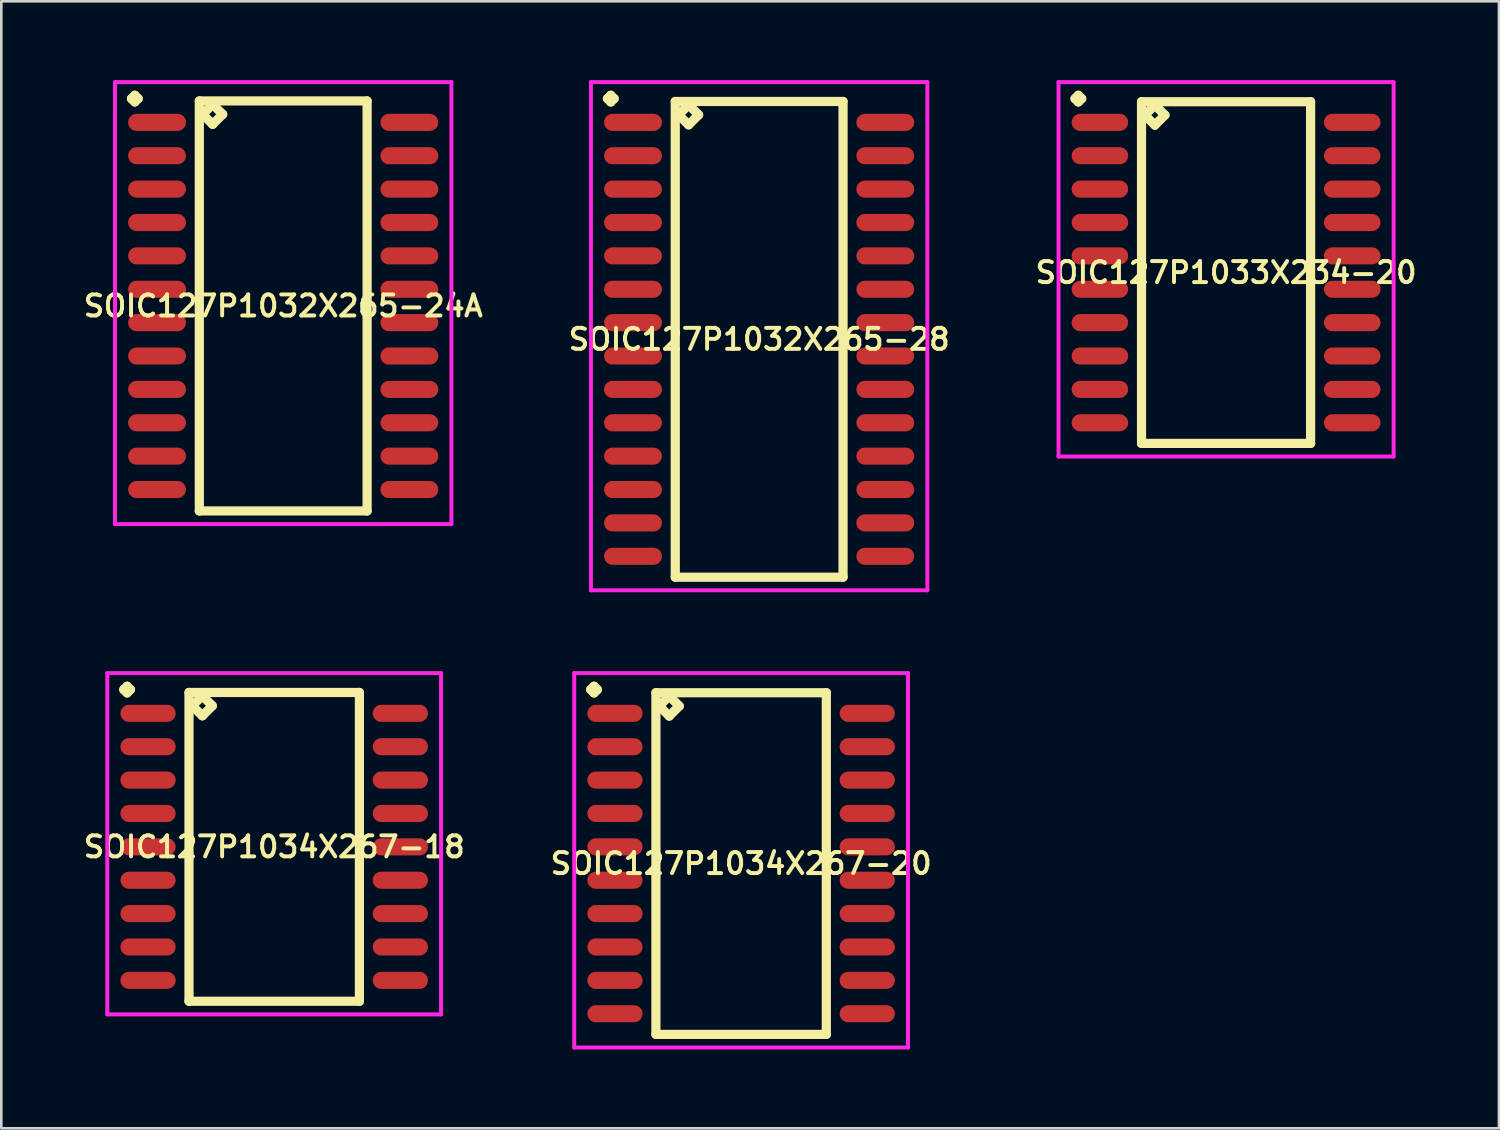
<source format=kicad_pcb>
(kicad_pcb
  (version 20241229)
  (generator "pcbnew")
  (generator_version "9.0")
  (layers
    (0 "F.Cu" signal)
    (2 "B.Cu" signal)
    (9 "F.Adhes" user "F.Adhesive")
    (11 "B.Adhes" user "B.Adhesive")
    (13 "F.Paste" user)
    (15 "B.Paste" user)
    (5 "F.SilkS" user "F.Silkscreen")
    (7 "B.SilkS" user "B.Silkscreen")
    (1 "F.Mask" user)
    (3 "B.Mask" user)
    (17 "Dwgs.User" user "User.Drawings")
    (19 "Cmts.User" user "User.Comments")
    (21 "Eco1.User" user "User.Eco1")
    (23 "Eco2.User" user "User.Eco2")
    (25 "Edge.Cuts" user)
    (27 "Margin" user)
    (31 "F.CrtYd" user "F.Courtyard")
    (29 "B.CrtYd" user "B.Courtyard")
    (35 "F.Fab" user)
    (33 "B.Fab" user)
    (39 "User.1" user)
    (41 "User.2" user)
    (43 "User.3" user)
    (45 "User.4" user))
  (footprint "SOIC127P1033X234-20"
    (layer "F.Cu")
    (at 43.601 7.321)
    (property "Reference" "SOIC127P1033X234-20" (at 0 0 0) (layer "F.SilkS") (effects (font (size 0.8 0.8) (thickness 0.15))))
    (attr through_hole)
    (fp_line (start -5.748 -6.619) (end -5.621 -6.746) (stroke (width 0.35) (type solid)) (layer "F.SilkS"))
    (fp_line (start -5.621 -6.746) (end -5.494 -6.619) (stroke (width 0.35) (type solid)) (layer "F.SilkS"))
    (fp_line (start -5.621 -6.492) (end -5.748 -6.619) (stroke (width 0.35) (type solid)) (layer "F.SilkS"))
    (fp_line (start -5.494 -6.619) (end -5.621 -6.492) (stroke (width 0.35) (type solid)) (layer "F.SilkS"))
    (fp_line (start -3.217 -6.5) (end -3.217 6.5) (stroke (width 0.35) (type solid)) (layer "F.SilkS"))
    (fp_line (start -3.217 6.5) (end 3.217 6.5) (stroke (width 0.35) (type solid)) (layer "F.SilkS"))
    (fp_line (start -3.09 -5.992) (end -2.709 -6.373) (stroke (width 0.35) (type solid)) (layer "F.SilkS"))
    (fp_line (start -2.709 -6.373) (end -2.328 -5.992) (stroke (width 0.35) (type solid)) (layer "F.SilkS"))
    (fp_line (start -2.709 -5.611) (end -3.09 -5.992) (stroke (width 0.35) (type solid)) (layer "F.SilkS"))
    (fp_line (start -2.328 -5.992) (end -2.709 -5.611) (stroke (width 0.35) (type solid)) (layer "F.SilkS"))
    (fp_line (start 3.217 -6.5) (end -3.217 -6.5) (stroke (width 0.35) (type solid)) (layer "F.SilkS"))
    (fp_line (start 3.217 6.5) (end 3.217 -6.5) (stroke (width 0.35) (type solid)) (layer "F.SilkS"))
    (fp_line (start -6.375 -7.246) (end 6.375 -7.246) (stroke (width 0.15) (type solid)) (layer "F.CrtYd"))
    (fp_line (start -6.375 7) (end -6.375 -7.246) (stroke (width 0.15) (type solid)) (layer "F.CrtYd"))
    (fp_line (start 6.375 -7.246) (end 6.375 7) (stroke (width 0.15) (type solid)) (layer "F.CrtYd"))
    (fp_line (start 6.375 7) (end -6.375 7) (stroke (width 0.15) (type solid)) (layer "F.CrtYd"))
    (pad "1" smd oval (at -4.8 -5.715) (size 2.15 0.65) (layers "F.Cu" "F.Mask" "F.Paste"))
    (pad "2" smd oval (at -4.8 -4.445) (size 2.15 0.65) (layers "F.Cu" "F.Mask" "F.Paste"))
    (pad "3" smd oval (at -4.8 -3.175) (size 2.15 0.65) (layers "F.Cu" "F.Mask" "F.Paste"))
    (pad "4" smd oval (at -4.8 -1.905) (size 2.15 0.65) (layers "F.Cu" "F.Mask" "F.Paste"))
    (pad "5" smd oval (at -4.8 -0.635) (size 2.15 0.65) (layers "F.Cu" "F.Mask" "F.Paste"))
    (pad "6" smd oval (at -4.8 0.635) (size 2.15 0.65) (layers "F.Cu" "F.Mask" "F.Paste"))
    (pad "7" smd oval (at -4.8 1.905) (size 2.15 0.65) (layers "F.Cu" "F.Mask" "F.Paste"))
    (pad "8" smd oval (at -4.8 3.175) (size 2.15 0.65) (layers "F.Cu" "F.Mask" "F.Paste"))
    (pad "9" smd oval (at -4.8 4.445) (size 2.15 0.65) (layers "F.Cu" "F.Mask" "F.Paste"))
    (pad "10" smd oval (at -4.8 5.715) (size 2.15 0.65) (layers "F.Cu" "F.Mask" "F.Paste"))
    (pad "11" smd oval (at 4.8 5.715) (size 2.15 0.65) (layers "F.Cu" "F.Mask" "F.Paste"))
    (pad "12" smd oval (at 4.8 4.445) (size 2.15 0.65) (layers "F.Cu" "F.Mask" "F.Paste"))
    (pad "13" smd oval (at 4.8 3.175) (size 2.15 0.65) (layers "F.Cu" "F.Mask" "F.Paste"))
    (pad "14" smd oval (at 4.8 1.905) (size 2.15 0.65) (layers "F.Cu" "F.Mask" "F.Paste"))
    (pad "15" smd oval (at 4.8 0.635) (size 2.15 0.65) (layers "F.Cu" "F.Mask" "F.Paste"))
    (pad "16" smd oval (at 4.8 -0.635) (size 2.15 0.65) (layers "F.Cu" "F.Mask" "F.Paste"))
    (pad "17" smd oval (at 4.8 -1.905) (size 2.15 0.65) (layers "F.Cu" "F.Mask" "F.Paste"))
    (pad "18" smd oval (at 4.8 -3.175) (size 2.15 0.65) (layers "F.Cu" "F.Mask" "F.Paste"))
    (pad "19" smd oval (at 4.8 -4.445) (size 2.15 0.65) (layers "F.Cu" "F.Mask" "F.Paste"))
    (pad "20" smd oval (at 4.8 -5.715) (size 2.15 0.65) (layers "F.Cu" "F.Mask" "F.Paste")))
  (footprint "SOIC127P1034X267-18"
    (layer "F.Cu")
    (at 7.383 29.172)
    (property "Reference" "SOIC127P1034X267-18" (at 0 0 0) (layer "F.SilkS") (effects (font (size 0.8 0.8) (thickness 0.15))))
    (attr through_hole)
    (fp_line (start -5.723 -5.984) (end -5.596 -6.111) (stroke (width 0.35) (type solid)) (layer "F.SilkS"))
    (fp_line (start -5.596 -6.111) (end -5.469 -5.984) (stroke (width 0.35) (type solid)) (layer "F.SilkS"))
    (fp_line (start -5.596 -5.857) (end -5.723 -5.984) (stroke (width 0.35) (type solid)) (layer "F.SilkS"))
    (fp_line (start -5.469 -5.984) (end -5.596 -5.857) (stroke (width 0.35) (type solid)) (layer "F.SilkS"))
    (fp_line (start -3.242 -5.875) (end -3.242 5.875) (stroke (width 0.35) (type solid)) (layer "F.SilkS"))
    (fp_line (start -3.242 5.875) (end 3.242 5.875) (stroke (width 0.35) (type solid)) (layer "F.SilkS"))
    (fp_line (start -3.115 -5.367) (end -2.734 -5.748) (stroke (width 0.35) (type solid)) (layer "F.SilkS"))
    (fp_line (start -2.734 -5.748) (end -2.353 -5.367) (stroke (width 0.35) (type solid)) (layer "F.SilkS"))
    (fp_line (start -2.734 -4.986) (end -3.115 -5.367) (stroke (width 0.35) (type solid)) (layer "F.SilkS"))
    (fp_line (start -2.353 -5.367) (end -2.734 -4.986) (stroke (width 0.35) (type solid)) (layer "F.SilkS"))
    (fp_line (start 3.242 -5.875) (end -3.242 -5.875) (stroke (width 0.35) (type solid)) (layer "F.SilkS"))
    (fp_line (start 3.242 5.875) (end 3.242 -5.875) (stroke (width 0.35) (type solid)) (layer "F.SilkS"))
    (fp_line (start -6.35 -6.611) (end 6.35 -6.611) (stroke (width 0.15) (type solid)) (layer "F.CrtYd"))
    (fp_line (start -6.35 6.375) (end -6.35 -6.611) (stroke (width 0.15) (type solid)) (layer "F.CrtYd"))
    (fp_line (start 6.35 -6.611) (end 6.35 6.375) (stroke (width 0.15) (type solid)) (layer "F.CrtYd"))
    (fp_line (start 6.35 6.375) (end -6.35 6.375) (stroke (width 0.15) (type solid)) (layer "F.CrtYd"))
    (pad "1" smd oval (at -4.8 -5.08) (size 2.1 0.65) (layers "F.Cu" "F.Mask" "F.Paste"))
    (pad "2" smd oval (at -4.8 -3.81) (size 2.1 0.65) (layers "F.Cu" "F.Mask" "F.Paste"))
    (pad "3" smd oval (at -4.8 -2.54) (size 2.1 0.65) (layers "F.Cu" "F.Mask" "F.Paste"))
    (pad "4" smd oval (at -4.8 -1.27) (size 2.1 0.65) (layers "F.Cu" "F.Mask" "F.Paste"))
    (pad "5" smd oval (at -4.8 0) (size 2.1 0.65) (layers "F.Cu" "F.Mask" "F.Paste"))
    (pad "6" smd oval (at -4.8 1.27) (size 2.1 0.65) (layers "F.Cu" "F.Mask" "F.Paste"))
    (pad "7" smd oval (at -4.8 2.54) (size 2.1 0.65) (layers "F.Cu" "F.Mask" "F.Paste"))
    (pad "8" smd oval (at -4.8 3.81) (size 2.1 0.65) (layers "F.Cu" "F.Mask" "F.Paste"))
    (pad "9" smd oval (at -4.8 5.08) (size 2.1 0.65) (layers "F.Cu" "F.Mask" "F.Paste"))
    (pad "10" smd oval (at 4.8 5.08) (size 2.1 0.65) (layers "F.Cu" "F.Mask" "F.Paste"))
    (pad "11" smd oval (at 4.8 3.81) (size 2.1 0.65) (layers "F.Cu" "F.Mask" "F.Paste"))
    (pad "12" smd oval (at 4.8 2.54) (size 2.1 0.65) (layers "F.Cu" "F.Mask" "F.Paste"))
    (pad "13" smd oval (at 4.8 1.27) (size 2.1 0.65) (layers "F.Cu" "F.Mask" "F.Paste"))
    (pad "14" smd oval (at 4.8 0) (size 2.1 0.65) (layers "F.Cu" "F.Mask" "F.Paste"))
    (pad "15" smd oval (at 4.8 -1.27) (size 2.1 0.65) (layers "F.Cu" "F.Mask" "F.Paste"))
    (pad "16" smd oval (at 4.8 -2.54) (size 2.1 0.65) (layers "F.Cu" "F.Mask" "F.Paste"))
    (pad "17" smd oval (at 4.8 -3.81) (size 2.1 0.65) (layers "F.Cu" "F.Mask" "F.Paste"))
    (pad "18" smd oval (at 4.8 -5.08) (size 2.1 0.65) (layers "F.Cu" "F.Mask" "F.Paste")))
  (footprint "SOIC127P1034X267-20"
    (layer "F.Cu")
    (at 25.149 29.807)
    (property "Reference" "SOIC127P1034X267-20" (at 0 0 0) (layer "F.SilkS") (effects (font (size 0.8 0.8) (thickness 0.15))))
    (attr through_hole)
    (fp_line (start -5.723 -6.619) (end -5.596 -6.746) (stroke (width 0.35) (type solid)) (layer "F.SilkS"))
    (fp_line (start -5.596 -6.746) (end -5.469 -6.619) (stroke (width 0.35) (type solid)) (layer "F.SilkS"))
    (fp_line (start -5.596 -6.492) (end -5.723 -6.619) (stroke (width 0.35) (type solid)) (layer "F.SilkS"))
    (fp_line (start -5.469 -6.619) (end -5.596 -6.492) (stroke (width 0.35) (type solid)) (layer "F.SilkS"))
    (fp_line (start -3.242 -6.5) (end -3.242 6.5) (stroke (width 0.35) (type solid)) (layer "F.SilkS"))
    (fp_line (start -3.242 6.5) (end 3.242 6.5) (stroke (width 0.35) (type solid)) (layer "F.SilkS"))
    (fp_line (start -3.115 -5.992) (end -2.734 -6.373) (stroke (width 0.35) (type solid)) (layer "F.SilkS"))
    (fp_line (start -2.734 -6.373) (end -2.353 -5.992) (stroke (width 0.35) (type solid)) (layer "F.SilkS"))
    (fp_line (start -2.734 -5.611) (end -3.115 -5.992) (stroke (width 0.35) (type solid)) (layer "F.SilkS"))
    (fp_line (start -2.353 -5.992) (end -2.734 -5.611) (stroke (width 0.35) (type solid)) (layer "F.SilkS"))
    (fp_line (start 3.242 -6.5) (end -3.242 -6.5) (stroke (width 0.35) (type solid)) (layer "F.SilkS"))
    (fp_line (start 3.242 6.5) (end 3.242 -6.5) (stroke (width 0.35) (type solid)) (layer "F.SilkS"))
    (fp_line (start -6.35 -7.246) (end 6.35 -7.246) (stroke (width 0.15) (type solid)) (layer "F.CrtYd"))
    (fp_line (start -6.35 7) (end -6.35 -7.246) (stroke (width 0.15) (type solid)) (layer "F.CrtYd"))
    (fp_line (start 6.35 -7.246) (end 6.35 7) (stroke (width 0.15) (type solid)) (layer "F.CrtYd"))
    (fp_line (start 6.35 7) (end -6.35 7) (stroke (width 0.15) (type solid)) (layer "F.CrtYd"))
    (pad "1" smd oval (at -4.8 -5.715) (size 2.1 0.65) (layers "F.Cu" "F.Mask" "F.Paste"))
    (pad "2" smd oval (at -4.8 -4.445) (size 2.1 0.65) (layers "F.Cu" "F.Mask" "F.Paste"))
    (pad "3" smd oval (at -4.8 -3.175) (size 2.1 0.65) (layers "F.Cu" "F.Mask" "F.Paste"))
    (pad "4" smd oval (at -4.8 -1.905) (size 2.1 0.65) (layers "F.Cu" "F.Mask" "F.Paste"))
    (pad "5" smd oval (at -4.8 -0.635) (size 2.1 0.65) (layers "F.Cu" "F.Mask" "F.Paste"))
    (pad "6" smd oval (at -4.8 0.635) (size 2.1 0.65) (layers "F.Cu" "F.Mask" "F.Paste"))
    (pad "7" smd oval (at -4.8 1.905) (size 2.1 0.65) (layers "F.Cu" "F.Mask" "F.Paste"))
    (pad "8" smd oval (at -4.8 3.175) (size 2.1 0.65) (layers "F.Cu" "F.Mask" "F.Paste"))
    (pad "9" smd oval (at -4.8 4.445) (size 2.1 0.65) (layers "F.Cu" "F.Mask" "F.Paste"))
    (pad "10" smd oval (at -4.8 5.715) (size 2.1 0.65) (layers "F.Cu" "F.Mask" "F.Paste"))
    (pad "11" smd oval (at 4.8 5.715) (size 2.1 0.65) (layers "F.Cu" "F.Mask" "F.Paste"))
    (pad "12" smd oval (at 4.8 4.445) (size 2.1 0.65) (layers "F.Cu" "F.Mask" "F.Paste"))
    (pad "13" smd oval (at 4.8 3.175) (size 2.1 0.65) (layers "F.Cu" "F.Mask" "F.Paste"))
    (pad "14" smd oval (at 4.8 1.905) (size 2.1 0.65) (layers "F.Cu" "F.Mask" "F.Paste"))
    (pad "15" smd oval (at 4.8 0.635) (size 2.1 0.65) (layers "F.Cu" "F.Mask" "F.Paste"))
    (pad "16" smd oval (at 4.8 -0.635) (size 2.1 0.65) (layers "F.Cu" "F.Mask" "F.Paste"))
    (pad "17" smd oval (at 4.8 -1.905) (size 2.1 0.65) (layers "F.Cu" "F.Mask" "F.Paste"))
    (pad "18" smd oval (at 4.8 -3.175) (size 2.1 0.65) (layers "F.Cu" "F.Mask" "F.Paste"))
    (pad "19" smd oval (at 4.8 -4.445) (size 2.1 0.65) (layers "F.Cu" "F.Mask" "F.Paste"))
    (pad "20" smd oval (at 4.8 -5.715) (size 2.1 0.65) (layers "F.Cu" "F.Mask" "F.Paste")))
  (footprint "SOIC127P1032X265-24A"
    (layer "F.Cu")
    (at 7.726 8.591)
    (property "Reference" "SOIC127P1032X265-24A" (at 0 0 0) (layer "F.SilkS") (effects (font (size 0.8 0.8) (thickness 0.15))))
    (attr smd)
    (fp_line (start -5.773 -7.889) (end -5.646 -8.016) (stroke (width 0.35) (type solid)) (layer "F.SilkS"))
    (fp_line (start -5.646 -8.016) (end -5.519 -7.889) (stroke (width 0.35) (type solid)) (layer "F.SilkS"))
    (fp_line (start -5.646 -7.762) (end -5.773 -7.889) (stroke (width 0.35) (type solid)) (layer "F.SilkS"))
    (fp_line (start -5.519 -7.889) (end -5.646 -7.762) (stroke (width 0.35) (type solid)) (layer "F.SilkS"))
    (fp_line (start -3.192 -7.8) (end -3.192 7.8) (stroke (width 0.35) (type solid)) (layer "F.SilkS"))
    (fp_line (start -3.192 7.8) (end 3.192 7.8) (stroke (width 0.35) (type solid)) (layer "F.SilkS"))
    (fp_line (start -3.065 -7.292) (end -2.684 -7.673) (stroke (width 0.35) (type solid)) (layer "F.SilkS"))
    (fp_line (start -2.684 -7.673) (end -2.303 -7.292) (stroke (width 0.35) (type solid)) (layer "F.SilkS"))
    (fp_line (start -2.684 -6.911) (end -3.065 -7.292) (stroke (width 0.35) (type solid)) (layer "F.SilkS"))
    (fp_line (start -2.303 -7.292) (end -2.684 -6.911) (stroke (width 0.35) (type solid)) (layer "F.SilkS"))
    (fp_line (start 3.192 -7.8) (end -3.192 -7.8) (stroke (width 0.35) (type solid)) (layer "F.SilkS"))
    (fp_line (start 3.192 7.8) (end 3.192 -7.8) (stroke (width 0.35) (type solid)) (layer "F.SilkS"))
    (fp_line (start -6.4 -8.516) (end 6.4 -8.516) (stroke (width 0.15) (type solid)) (layer "F.CrtYd"))
    (fp_line (start -6.4 8.3) (end -6.4 -8.516) (stroke (width 0.15) (type solid)) (layer "F.CrtYd"))
    (fp_line (start 6.4 -8.516) (end 6.4 8.3) (stroke (width 0.15) (type solid)) (layer "F.CrtYd"))
    (fp_line (start 6.4 8.3) (end -6.4 8.3) (stroke (width 0.15) (type solid)) (layer "F.CrtYd"))
    (pad "1" smd oval (at -4.8 -6.985) (size 2.2 0.65) (layers "F.Cu" "F.Mask" "F.Paste"))
    (pad "2" smd oval (at -4.8 -5.715) (size 2.2 0.65) (layers "F.Cu" "F.Mask" "F.Paste"))
    (pad "3" smd oval (at -4.8 -4.445) (size 2.2 0.65) (layers "F.Cu" "F.Mask" "F.Paste"))
    (pad "4" smd oval (at -4.8 -3.175) (size 2.2 0.65) (layers "F.Cu" "F.Mask" "F.Paste"))
    (pad "5" smd oval (at -4.8 -1.905) (size 2.2 0.65) (layers "F.Cu" "F.Mask" "F.Paste"))
    (pad "6" smd oval (at -4.8 -0.635) (size 2.2 0.65) (layers "F.Cu" "F.Mask" "F.Paste"))
    (pad "7" smd oval (at -4.8 0.635) (size 2.2 0.65) (layers "F.Cu" "F.Mask" "F.Paste"))
    (pad "8" smd oval (at -4.8 1.905) (size 2.2 0.65) (layers "F.Cu" "F.Mask" "F.Paste"))
    (pad "9" smd oval (at -4.8 3.175) (size 2.2 0.65) (layers "F.Cu" "F.Mask" "F.Paste"))
    (pad "10" smd oval (at -4.8 4.445) (size 2.2 0.65) (layers "F.Cu" "F.Mask" "F.Paste"))
    (pad "11" smd oval (at -4.8 5.715) (size 2.2 0.65) (layers "F.Cu" "F.Mask" "F.Paste"))
    (pad "12" smd oval (at -4.8 6.985) (size 2.2 0.65) (layers "F.Cu" "F.Mask" "F.Paste"))
    (pad "13" smd oval (at 4.8 6.985) (size 2.2 0.65) (layers "F.Cu" "F.Mask" "F.Paste"))
    (pad "14" smd oval (at 4.8 5.715) (size 2.2 0.65) (layers "F.Cu" "F.Mask" "F.Paste"))
    (pad "15" smd oval (at 4.8 4.445) (size 2.2 0.65) (layers "F.Cu" "F.Mask" "F.Paste"))
    (pad "16" smd oval (at 4.8 3.175) (size 2.2 0.65) (layers "F.Cu" "F.Mask" "F.Paste"))
    (pad "17" smd oval (at 4.8 1.905) (size 2.2 0.65) (layers "F.Cu" "F.Mask" "F.Paste"))
    (pad "18" smd oval (at 4.8 0.635) (size 2.2 0.65) (layers "F.Cu" "F.Mask" "F.Paste"))
    (pad "19" smd oval (at 4.8 -0.635) (size 2.2 0.65) (layers "F.Cu" "F.Mask" "F.Paste"))
    (pad "20" smd oval (at 4.8 -1.905) (size 2.2 0.65) (layers "F.Cu" "F.Mask" "F.Paste"))
    (pad "21" smd oval (at 4.8 -3.175) (size 2.2 0.65) (layers "F.Cu" "F.Mask" "F.Paste"))
    (pad "22" smd oval (at 4.8 -4.445) (size 2.2 0.65) (layers "F.Cu" "F.Mask" "F.Paste"))
    (pad "23" smd oval (at 4.8 -5.715) (size 2.2 0.65) (layers "F.Cu" "F.Mask" "F.Paste"))
    (pad "24" smd oval (at 4.8 -6.985) (size 2.2 0.65) (layers "F.Cu" "F.Mask" "F.Paste")))
  (footprint "SOIC127P1032X265-28"
    (layer "F.Cu")
    (at 25.835 9.861)
    (property "Reference" "SOIC127P1032X265-28" (at 0 0 0) (layer "F.SilkS") (effects (font (size 0.8 0.8) (thickness 0.15))))
    (attr through_hole)
    (fp_line (start -5.773 -9.159) (end -5.646 -9.286) (stroke (width 0.35) (type solid)) (layer "F.SilkS"))
    (fp_line (start -5.646 -9.286) (end -5.519 -9.159) (stroke (width 0.35) (type solid)) (layer "F.SilkS"))
    (fp_line (start -5.646 -9.032) (end -5.773 -9.159) (stroke (width 0.35) (type solid)) (layer "F.SilkS"))
    (fp_line (start -5.519 -9.159) (end -5.646 -9.032) (stroke (width 0.35) (type solid)) (layer "F.SilkS"))
    (fp_line (start -3.192 -9.05) (end -3.192 9.05) (stroke (width 0.35) (type solid)) (layer "F.SilkS"))
    (fp_line (start -3.192 9.05) (end 3.192 9.05) (stroke (width 0.35) (type solid)) (layer "F.SilkS"))
    (fp_line (start -3.065 -8.542) (end -2.684 -8.923) (stroke (width 0.35) (type solid)) (layer "F.SilkS"))
    (fp_line (start -2.684 -8.923) (end -2.303 -8.542) (stroke (width 0.35) (type solid)) (layer "F.SilkS"))
    (fp_line (start -2.684 -8.161) (end -3.065 -8.542) (stroke (width 0.35) (type solid)) (layer "F.SilkS"))
    (fp_line (start -2.303 -8.542) (end -2.684 -8.161) (stroke (width 0.35) (type solid)) (layer "F.SilkS"))
    (fp_line (start 3.192 -9.05) (end -3.192 -9.05) (stroke (width 0.35) (type solid)) (layer "F.SilkS"))
    (fp_line (start 3.192 9.05) (end 3.192 -9.05) (stroke (width 0.35) (type solid)) (layer "F.SilkS"))
    (fp_line (start -6.4 -9.786) (end 6.4 -9.786) (stroke (width 0.15) (type solid)) (layer "F.CrtYd"))
    (fp_line (start -6.4 9.55) (end -6.4 -9.786) (stroke (width 0.15) (type solid)) (layer "F.CrtYd"))
    (fp_line (start 6.4 -9.786) (end 6.4 9.55) (stroke (width 0.15) (type solid)) (layer "F.CrtYd"))
    (fp_line (start 6.4 9.55) (end -6.4 9.55) (stroke (width 0.15) (type solid)) (layer "F.CrtYd"))
    (pad "1" smd oval (at -4.8 -8.255) (size 2.2 0.65) (layers "F.Cu" "F.Mask" "F.Paste"))
    (pad "2" smd oval (at -4.8 -6.985) (size 2.2 0.65) (layers "F.Cu" "F.Mask" "F.Paste"))
    (pad "3" smd oval (at -4.8 -5.715) (size 2.2 0.65) (layers "F.Cu" "F.Mask" "F.Paste"))
    (pad "4" smd oval (at -4.8 -4.445) (size 2.2 0.65) (layers "F.Cu" "F.Mask" "F.Paste"))
    (pad "5" smd oval (at -4.8 -3.175) (size 2.2 0.65) (layers "F.Cu" "F.Mask" "F.Paste"))
    (pad "6" smd oval (at -4.8 -1.905) (size 2.2 0.65) (layers "F.Cu" "F.Mask" "F.Paste"))
    (pad "7" smd oval (at -4.8 -0.635) (size 2.2 0.65) (layers "F.Cu" "F.Mask" "F.Paste"))
    (pad "8" smd oval (at -4.8 0.635) (size 2.2 0.65) (layers "F.Cu" "F.Mask" "F.Paste"))
    (pad "9" smd oval (at -4.8 1.905) (size 2.2 0.65) (layers "F.Cu" "F.Mask" "F.Paste"))
    (pad "10" smd oval (at -4.8 3.175) (size 2.2 0.65) (layers "F.Cu" "F.Mask" "F.Paste"))
    (pad "11" smd oval (at -4.8 4.445) (size 2.2 0.65) (layers "F.Cu" "F.Mask" "F.Paste"))
    (pad "12" smd oval (at -4.8 5.715) (size 2.2 0.65) (layers "F.Cu" "F.Mask" "F.Paste"))
    (pad "13" smd oval (at -4.8 6.985) (size 2.2 0.65) (layers "F.Cu" "F.Mask" "F.Paste"))
    (pad "14" smd oval (at -4.8 8.255) (size 2.2 0.65) (layers "F.Cu" "F.Mask" "F.Paste"))
    (pad "15" smd oval (at 4.8 8.255) (size 2.2 0.65) (layers "F.Cu" "F.Mask" "F.Paste"))
    (pad "16" smd oval (at 4.8 6.985) (size 2.2 0.65) (layers "F.Cu" "F.Mask" "F.Paste"))
    (pad "17" smd oval (at 4.8 5.715) (size 2.2 0.65) (layers "F.Cu" "F.Mask" "F.Paste"))
    (pad "18" smd oval (at 4.8 4.445) (size 2.2 0.65) (layers "F.Cu" "F.Mask" "F.Paste"))
    (pad "19" smd oval (at 4.8 3.175) (size 2.2 0.65) (layers "F.Cu" "F.Mask" "F.Paste"))
    (pad "20" smd oval (at 4.8 1.905) (size 2.2 0.65) (layers "F.Cu" "F.Mask" "F.Paste"))
    (pad "21" smd oval (at 4.8 0.635) (size 2.2 0.65) (layers "F.Cu" "F.Mask" "F.Paste"))
    (pad "22" smd oval (at 4.8 -0.635) (size 2.2 0.65) (layers "F.Cu" "F.Mask" "F.Paste"))
    (pad "23" smd oval (at 4.8 -1.905) (size 2.2 0.65) (layers "F.Cu" "F.Mask" "F.Paste"))
    (pad "24" smd oval (at 4.8 -3.175) (size 2.2 0.65) (layers "F.Cu" "F.Mask" "F.Paste"))
    (pad "25" smd oval (at 4.8 -4.445) (size 2.2 0.65) (layers "F.Cu" "F.Mask" "F.Paste"))
    (pad "26" smd oval (at 4.8 -5.715) (size 2.2 0.65) (layers "F.Cu" "F.Mask" "F.Paste"))
    (pad "27" smd oval (at 4.8 -6.985) (size 2.2 0.65) (layers "F.Cu" "F.Mask" "F.Paste"))
    (pad "28" smd oval (at 4.8 -8.255) (size 2.2 0.65) (layers "F.Cu" "F.Mask" "F.Paste")))
  (gr_rect
    (start -3 -3)
    (end 53.984 39.882)
    (stroke (width 0.1) (type default))
    (fill no)
    (layer "Edge.Cuts")))
</source>
